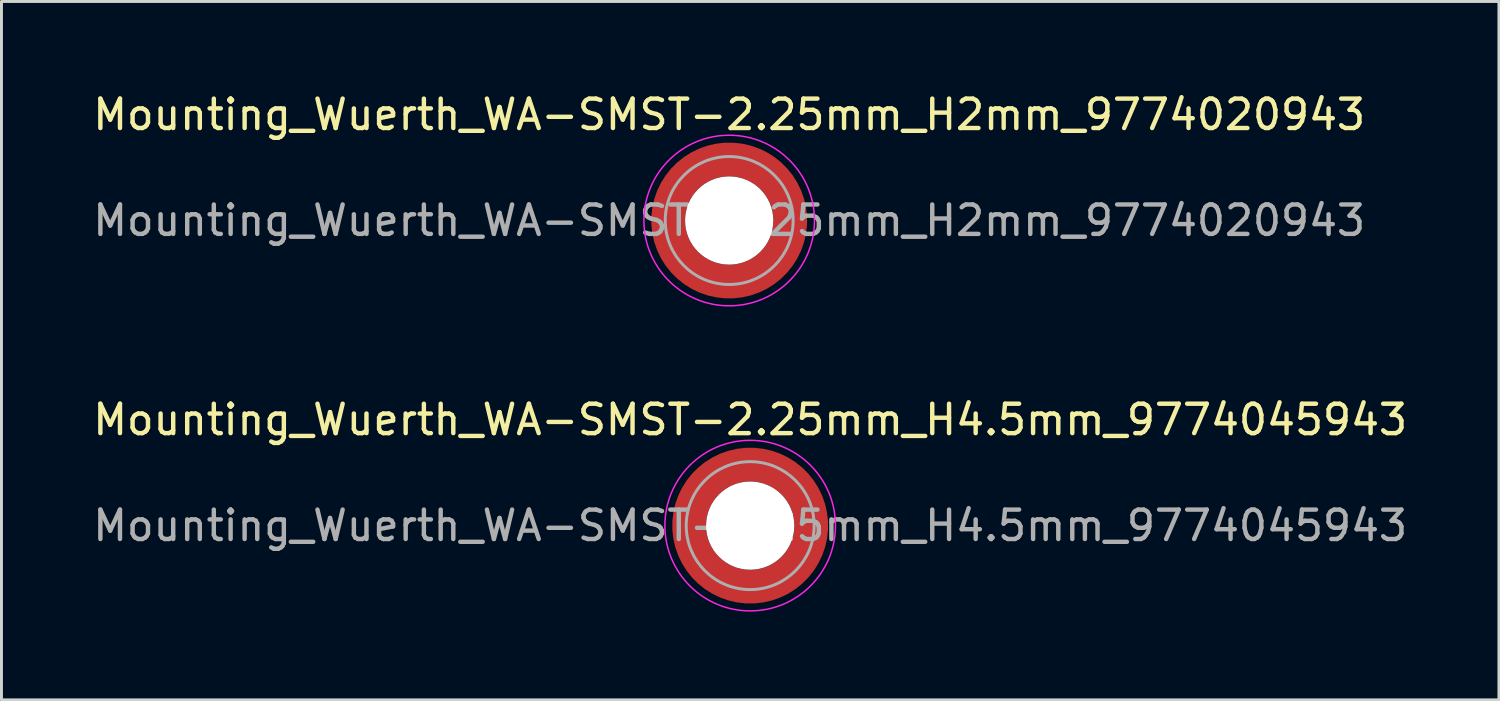
<source format=kicad_pcb>
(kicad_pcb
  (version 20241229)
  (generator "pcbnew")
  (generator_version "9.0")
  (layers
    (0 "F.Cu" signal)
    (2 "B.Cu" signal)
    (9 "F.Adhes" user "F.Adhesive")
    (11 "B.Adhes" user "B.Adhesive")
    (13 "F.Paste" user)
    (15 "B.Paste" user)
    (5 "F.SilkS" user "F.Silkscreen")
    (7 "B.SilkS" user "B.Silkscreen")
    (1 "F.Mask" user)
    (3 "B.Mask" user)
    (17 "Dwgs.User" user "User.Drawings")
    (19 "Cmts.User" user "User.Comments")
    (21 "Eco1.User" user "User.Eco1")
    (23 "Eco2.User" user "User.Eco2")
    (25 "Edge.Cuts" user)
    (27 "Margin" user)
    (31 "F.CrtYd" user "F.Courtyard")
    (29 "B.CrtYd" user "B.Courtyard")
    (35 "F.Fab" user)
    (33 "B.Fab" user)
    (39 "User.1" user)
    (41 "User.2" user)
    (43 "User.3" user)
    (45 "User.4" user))
  (footprint "Mounting_Wuerth_WA-SMST-2.25mm_H4.5mm_9774045943"
    (layer "F.Cu")
    (at 22.458 14.822)
    (property "Reference" "Mounting_Wuerth_WA-SMST-2.25mm_H4.5mm_9774045943" (at 0 -3.6 0) (layer "F.SilkS") (effects (font (size 1 1) (thickness 0.15))))
    (attr smd allow_soldermask_bridges)
    (fp_circle (center 0 0) (end 2.9 0) (stroke (width 0.05) (type solid)) (fill no) (layer "F.CrtYd"))
    (fp_circle (center 0 0) (end 2.175 0) (stroke (width 0.1) (type solid)) (fill no) (layer "F.Fab"))
    (fp_text user "${REFERENCE}" (at 0 0 0) (layer "F.Fab") (effects (font (size 1 1) (thickness 0.15))))
    (pad "" smd custom (at -1.453 -1.453) (size 0.505 0.505) (layers "F.Paste") (options (anchor circle)) (primitives (gr_arc (start -0.147677 1.053104) (mid 0.286378 0.286378) (end 1.053104 -0.147677) (width 0.2)) (gr_arc (start -0.240295 1.053104) (mid 0.222739 0.222739) (end 1.053104 -0.240295) (width 0.2)) (gr_arc (start -0.332645 1.053104) (mid 0.159099 0.159099) (end 1.053104 -0.332645) (width 0.2)) (gr_arc (start -0.424767 1.053104) (mid 0.095459 0.095459) (end 1.053104 -0.424767) (width 0.2)) (gr_arc (start -0.516693 1.053104) (mid 0.03182 0.03182) (end 1.053104 -0.516693) (width 0.2)) (gr_arc (start -0.608448 1.053104) (mid -0.03182 -0.03182) (end 1.053104 -0.608448) (width 0.2)) (gr_arc (start -0.700056 1.053104) (mid -0.095459 -0.095459) (end 1.053104 -0.700056) (width 0.2)) (gr_arc (start -0.791534 1.053104) (mid -0.159099 -0.159099) (end 1.053104 -0.791534) (width 0.2)) (gr_arc (start -0.882896 1.053104) (mid -0.222739 -0.222739) (end 1.053104 -0.882896) (width 0.2)) (gr_arc (start -0.974157 1.053104) (mid -0.286378 -0.286378) (end 1.053104 -0.974157) (width 0.2)) (gr_line (start 1.053 -0.148) (end 1.053 -0.974) (width 0.2)) (gr_line (start -0.148 1.053) (end -0.974 1.053) (width 0.2))))
    (pad "" smd custom (at -1.453 1.453) (size 0.505 0.505) (layers "F.Paste") (options (anchor circle)) (primitives (gr_arc (start 1.053104 0.147677) (mid 0.286378 -0.286378) (end -0.147677 -1.053104) (width 0.2)) (gr_arc (start 1.053104 0.240295) (mid 0.222739 -0.222739) (end -0.240295 -1.053104) (width 0.2)) (gr_arc (start 1.053104 0.332645) (mid 0.159099 -0.159099) (end -0.332645 -1.053104) (width 0.2)) (gr_arc (start 1.053104 0.424767) (mid 0.095459 -0.095459) (end -0.424767 -1.053104) (width 0.2)) (gr_arc (start 1.053104 0.516693) (mid 0.03182 -0.03182) (end -0.516693 -1.053104) (width 0.2)) (gr_arc (start 1.053104 0.608448) (mid -0.03182 0.03182) (end -0.608448 -1.053104) (width 0.2)) (gr_arc (start 1.053104 0.700056) (mid -0.095459 0.095459) (end -0.700056 -1.053104) (width 0.2)) (gr_arc (start 1.053104 0.791534) (mid -0.159099 0.159099) (end -0.791534 -1.053104) (width 0.2)) (gr_arc (start 1.053104 0.882896) (mid -0.222739 0.222739) (end -0.882896 -1.053104) (width 0.2)) (gr_arc (start 1.053104 0.974157) (mid -0.286378 0.286378) (end -0.974157 -1.053104) (width 0.2)) (gr_line (start -0.148 -1.053) (end -0.974 -1.053) (width 0.2)) (gr_line (start 1.053 0.148) (end 1.053 0.974) (width 0.2))))
    (pad "" np_thru_hole circle (at 0 0) (size 3 3) (drill 3) (layers "*.Cu" "*.Mask"))
    (pad "" smd custom (at 1.453 -1.453) (size 0.505 0.505) (layers "F.Paste") (options (anchor circle)) (primitives (gr_arc (start -1.053104 -0.147677) (mid -0.286378 0.286378) (end 0.147677 1.053104) (width 0.2)) (gr_arc (start -1.053104 -0.240295) (mid -0.222739 0.222739) (end 0.240295 1.053104) (width 0.2)) (gr_arc (start -1.053104 -0.332645) (mid -0.159099 0.159099) (end 0.332645 1.053104) (width 0.2)) (gr_arc (start -1.053104 -0.424767) (mid -0.095459 0.095459) (end 0.424767 1.053104) (width 0.2)) (gr_arc (start -1.053104 -0.516693) (mid -0.03182 0.03182) (end 0.516693 1.053104) (width 0.2)) (gr_arc (start -1.053104 -0.608448) (mid 0.03182 -0.03182) (end 0.608448 1.053104) (width 0.2)) (gr_arc (start -1.053104 -0.700056) (mid 0.095459 -0.095459) (end 0.700056 1.053104) (width 0.2)) (gr_arc (start -1.053104 -0.791534) (mid 0.159099 -0.159099) (end 0.791534 1.053104) (width 0.2)) (gr_arc (start -1.053104 -0.882896) (mid 0.222739 -0.222739) (end 0.882896 1.053104) (width 0.2)) (gr_arc (start -1.053104 -0.974157) (mid 0.286378 -0.286378) (end 0.974157 1.053104) (width 0.2)) (gr_line (start 0.148 1.053) (end 0.974 1.053) (width 0.2)) (gr_line (start -1.053 -0.148) (end -1.053 -0.974) (width 0.2))))
    (pad "" smd custom (at 1.453 1.453) (size 0.505 0.505) (layers "F.Paste") (options (anchor circle)) (primitives (gr_arc (start 0.147677 -1.053104) (mid -0.286378 -0.286378) (end -1.053104 0.147677) (width 0.2)) (gr_arc (start 0.240295 -1.053104) (mid -0.222739 -0.222739) (end -1.053104 0.240295) (width 0.2)) (gr_arc (start 0.332645 -1.053104) (mid -0.159099 -0.159099) (end -1.053104 0.332645) (width 0.2)) (gr_arc (start 0.424767 -1.053104) (mid -0.095459 -0.095459) (end -1.053104 0.424767) (width 0.2)) (gr_arc (start 0.516693 -1.053104) (mid -0.03182 -0.03182) (end -1.053104 0.516693) (width 0.2)) (gr_arc (start 0.608448 -1.053104) (mid 0.03182 0.03182) (end -1.053104 0.608448) (width 0.2)) (gr_arc (start 0.700056 -1.053104) (mid 0.095459 0.095459) (end -1.053104 0.700056) (width 0.2)) (gr_arc (start 0.791534 -1.053104) (mid 0.159099 0.159099) (end -1.053104 0.791534) (width 0.2)) (gr_arc (start 0.882896 -1.053104) (mid 0.222739 0.222739) (end -1.053104 0.882896) (width 0.2)) (gr_arc (start 0.974157 -1.053104) (mid 0.286378 0.286378) (end -1.053104 0.974157) (width 0.2)) (gr_line (start -1.053 0.148) (end -1.053 0.974) (width 0.2)) (gr_line (start 0.148 -1.053) (end 0.974 -1.053) (width 0.2))))
    (pad "1" smd circle (at -2.075 0) (size 0.642 0.642) (layers "F.Cu"))
    (pad "1" smd circle (at 0 -2.075) (size 0.642 0.642) (layers "F.Cu"))
    (pad "1" smd circle (at 0 2.075) (size 0.642 0.642) (layers "F.Cu"))
    (pad "1" smd custom (at 2.075 0) (size 1.15 1.15) (layers "F.Cu" "F.Mask") (options (anchor circle)) (primitives (gr_circle (center -2.075 0) (end 0 0) (width 1.15) (fill no)))))
  (footprint "Mounting_Wuerth_WA-SMST-2.25mm_H2mm_9774020943"
    (layer "F.Cu")
    (at 21.744 4.448)
    (property "Reference" "Mounting_Wuerth_WA-SMST-2.25mm_H2mm_9774020943" (at 0 -3.6 0) (layer "F.SilkS") (effects (font (size 1 1) (thickness 0.15))))
    (attr smd allow_soldermask_bridges)
    (fp_circle (center 0 0) (end 2.9 0) (stroke (width 0.05) (type solid)) (fill no) (layer "F.CrtYd"))
    (fp_circle (center 0 0) (end 2.175 0) (stroke (width 0.1) (type solid)) (fill no) (layer "F.Fab"))
    (fp_text user "${REFERENCE}" (at 0 0 0) (layer "F.Fab") (effects (font (size 1 1) (thickness 0.15))))
    (pad "" smd custom (at -1.453 -1.453) (size 0.505 0.505) (layers "F.Paste") (options (anchor circle)) (primitives (gr_arc (start -0.147677 1.053104) (mid 0.286378 0.286378) (end 1.053104 -0.147677) (width 0.2)) (gr_arc (start -0.240295 1.053104) (mid 0.222739 0.222739) (end 1.053104 -0.240295) (width 0.2)) (gr_arc (start -0.332645 1.053104) (mid 0.159099 0.159099) (end 1.053104 -0.332645) (width 0.2)) (gr_arc (start -0.424767 1.053104) (mid 0.095459 0.095459) (end 1.053104 -0.424767) (width 0.2)) (gr_arc (start -0.516693 1.053104) (mid 0.03182 0.03182) (end 1.053104 -0.516693) (width 0.2)) (gr_arc (start -0.608448 1.053104) (mid -0.03182 -0.03182) (end 1.053104 -0.608448) (width 0.2)) (gr_arc (start -0.700056 1.053104) (mid -0.095459 -0.095459) (end 1.053104 -0.700056) (width 0.2)) (gr_arc (start -0.791534 1.053104) (mid -0.159099 -0.159099) (end 1.053104 -0.791534) (width 0.2)) (gr_arc (start -0.882896 1.053104) (mid -0.222739 -0.222739) (end 1.053104 -0.882896) (width 0.2)) (gr_arc (start -0.974157 1.053104) (mid -0.286378 -0.286378) (end 1.053104 -0.974157) (width 0.2)) (gr_line (start 1.053 -0.148) (end 1.053 -0.974) (width 0.2)) (gr_line (start -0.148 1.053) (end -0.974 1.053) (width 0.2))))
    (pad "" smd custom (at -1.453 1.453) (size 0.505 0.505) (layers "F.Paste") (options (anchor circle)) (primitives (gr_arc (start 1.053104 0.147677) (mid 0.286378 -0.286378) (end -0.147677 -1.053104) (width 0.2)) (gr_arc (start 1.053104 0.240295) (mid 0.222739 -0.222739) (end -0.240295 -1.053104) (width 0.2)) (gr_arc (start 1.053104 0.332645) (mid 0.159099 -0.159099) (end -0.332645 -1.053104) (width 0.2)) (gr_arc (start 1.053104 0.424767) (mid 0.095459 -0.095459) (end -0.424767 -1.053104) (width 0.2)) (gr_arc (start 1.053104 0.516693) (mid 0.03182 -0.03182) (end -0.516693 -1.053104) (width 0.2)) (gr_arc (start 1.053104 0.608448) (mid -0.03182 0.03182) (end -0.608448 -1.053104) (width 0.2)) (gr_arc (start 1.053104 0.700056) (mid -0.095459 0.095459) (end -0.700056 -1.053104) (width 0.2)) (gr_arc (start 1.053104 0.791534) (mid -0.159099 0.159099) (end -0.791534 -1.053104) (width 0.2)) (gr_arc (start 1.053104 0.882896) (mid -0.222739 0.222739) (end -0.882896 -1.053104) (width 0.2)) (gr_arc (start 1.053104 0.974157) (mid -0.286378 0.286378) (end -0.974157 -1.053104) (width 0.2)) (gr_line (start -0.148 -1.053) (end -0.974 -1.053) (width 0.2)) (gr_line (start 1.053 0.148) (end 1.053 0.974) (width 0.2))))
    (pad "" np_thru_hole circle (at 0 0) (size 3 3) (drill 3) (layers "*.Cu" "*.Mask"))
    (pad "" smd custom (at 1.453 -1.453) (size 0.505 0.505) (layers "F.Paste") (options (anchor circle)) (primitives (gr_arc (start -1.053104 -0.147677) (mid -0.286378 0.286378) (end 0.147677 1.053104) (width 0.2)) (gr_arc (start -1.053104 -0.240295) (mid -0.222739 0.222739) (end 0.240295 1.053104) (width 0.2)) (gr_arc (start -1.053104 -0.332645) (mid -0.159099 0.159099) (end 0.332645 1.053104) (width 0.2)) (gr_arc (start -1.053104 -0.424767) (mid -0.095459 0.095459) (end 0.424767 1.053104) (width 0.2)) (gr_arc (start -1.053104 -0.516693) (mid -0.03182 0.03182) (end 0.516693 1.053104) (width 0.2)) (gr_arc (start -1.053104 -0.608448) (mid 0.03182 -0.03182) (end 0.608448 1.053104) (width 0.2)) (gr_arc (start -1.053104 -0.700056) (mid 0.095459 -0.095459) (end 0.700056 1.053104) (width 0.2)) (gr_arc (start -1.053104 -0.791534) (mid 0.159099 -0.159099) (end 0.791534 1.053104) (width 0.2)) (gr_arc (start -1.053104 -0.882896) (mid 0.222739 -0.222739) (end 0.882896 1.053104) (width 0.2)) (gr_arc (start -1.053104 -0.974157) (mid 0.286378 -0.286378) (end 0.974157 1.053104) (width 0.2)) (gr_line (start 0.148 1.053) (end 0.974 1.053) (width 0.2)) (gr_line (start -1.053 -0.148) (end -1.053 -0.974) (width 0.2))))
    (pad "" smd custom (at 1.453 1.453) (size 0.505 0.505) (layers "F.Paste") (options (anchor circle)) (primitives (gr_arc (start 0.147677 -1.053104) (mid -0.286378 -0.286378) (end -1.053104 0.147677) (width 0.2)) (gr_arc (start 0.240295 -1.053104) (mid -0.222739 -0.222739) (end -1.053104 0.240295) (width 0.2)) (gr_arc (start 0.332645 -1.053104) (mid -0.159099 -0.159099) (end -1.053104 0.332645) (width 0.2)) (gr_arc (start 0.424767 -1.053104) (mid -0.095459 -0.095459) (end -1.053104 0.424767) (width 0.2)) (gr_arc (start 0.516693 -1.053104) (mid -0.03182 -0.03182) (end -1.053104 0.516693) (width 0.2)) (gr_arc (start 0.608448 -1.053104) (mid 0.03182 0.03182) (end -1.053104 0.608448) (width 0.2)) (gr_arc (start 0.700056 -1.053104) (mid 0.095459 0.095459) (end -1.053104 0.700056) (width 0.2)) (gr_arc (start 0.791534 -1.053104) (mid 0.159099 0.159099) (end -1.053104 0.791534) (width 0.2)) (gr_arc (start 0.882896 -1.053104) (mid 0.222739 0.222739) (end -1.053104 0.882896) (width 0.2)) (gr_arc (start 0.974157 -1.053104) (mid 0.286378 0.286378) (end -1.053104 0.974157) (width 0.2)) (gr_line (start -1.053 0.148) (end -1.053 0.974) (width 0.2)) (gr_line (start 0.148 -1.053) (end 0.974 -1.053) (width 0.2))))
    (pad "1" smd circle (at -2.075 0) (size 0.642 0.642) (layers "F.Cu"))
    (pad "1" smd circle (at 0 -2.075) (size 0.642 0.642) (layers "F.Cu"))
    (pad "1" smd circle (at 0 2.075) (size 0.642 0.642) (layers "F.Cu"))
    (pad "1" smd custom (at 2.075 0) (size 1.15 1.15) (layers "F.Cu" "F.Mask") (options (anchor circle)) (primitives (gr_circle (center -2.075 0) (end 0 0) (width 1.15) (fill no)))))
  (gr_rect
    (start -3 -3)
    (end 47.917 20.747)
    (stroke (width 0.1) (type default))
    (fill no)
    (layer "Edge.Cuts")))
</source>
